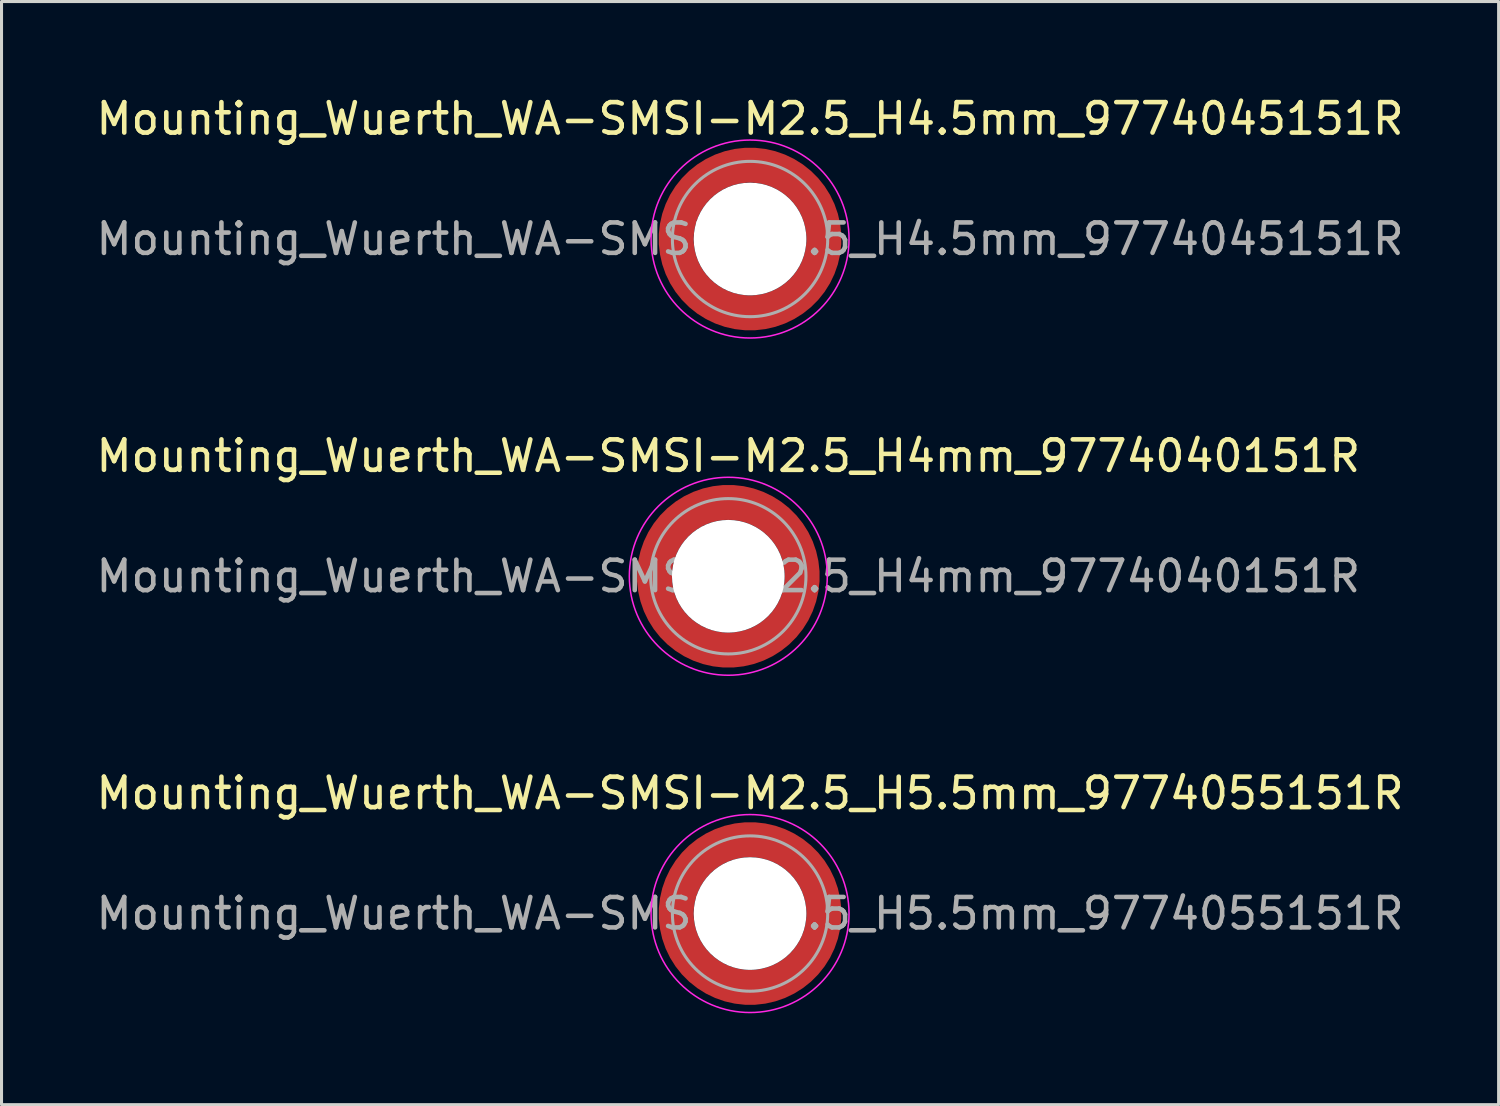
<source format=kicad_pcb>
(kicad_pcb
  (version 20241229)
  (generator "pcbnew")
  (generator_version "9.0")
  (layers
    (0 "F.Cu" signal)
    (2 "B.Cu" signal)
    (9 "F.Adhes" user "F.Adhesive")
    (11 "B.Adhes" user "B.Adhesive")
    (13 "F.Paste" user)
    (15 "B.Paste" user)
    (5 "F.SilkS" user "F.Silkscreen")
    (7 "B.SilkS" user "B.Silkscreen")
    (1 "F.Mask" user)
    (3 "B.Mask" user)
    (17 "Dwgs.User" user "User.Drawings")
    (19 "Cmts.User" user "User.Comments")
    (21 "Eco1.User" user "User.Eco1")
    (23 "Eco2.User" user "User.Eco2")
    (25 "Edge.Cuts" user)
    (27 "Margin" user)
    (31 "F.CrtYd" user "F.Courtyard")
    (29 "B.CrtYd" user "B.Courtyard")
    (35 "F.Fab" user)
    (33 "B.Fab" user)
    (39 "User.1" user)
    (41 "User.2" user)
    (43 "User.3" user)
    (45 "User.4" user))
  (footprint "Mounting_Wuerth_WA-SMSI-M2.5_H4mm_9774040151R"
    (layer "F.Cu")
    (at 20.863 15.871)
    (property "Reference" "Mounting_Wuerth_WA-SMSI-M2.5_H4mm_9774040151R" (at 0 -3.95 0) (layer "F.SilkS") (effects (font (size 1 1) (thickness 0.15))))
    (attr smd allow_soldermask_bridges)
    (fp_circle (center 0 0) (end 3.25 0) (stroke (width 0.05) (type solid)) (fill no) (layer "F.CrtYd"))
    (fp_circle (center 0 0) (end 2.55 0) (stroke (width 0.1) (type solid)) (fill no) (layer "F.Fab"))
    (fp_text user "${REFERENCE}" (at 0 0 0) (layer "F.Fab") (effects (font (size 1 1) (thickness 0.15))))
    (pad "" smd custom (at -1.704 -1.704) (size 0.51 0.51) (layers "F.Paste") (options (anchor circle)) (primitives (gr_arc (start -0.250195 1.279127) (mid 0.289914 0.289914) (end 1.279127 -0.250195) (width 0.2)) (gr_arc (start -0.34334 1.279127) (mid 0.225488 0.225488) (end 1.279127 -0.34334) (width 0.2)) (gr_arc (start -0.436309 1.279127) (mid 0.161063 0.161063) (end 1.279127 -0.436309) (width 0.2)) (gr_arc (start -0.529126 1.279127) (mid 0.096638 0.096638) (end 1.279127 -0.529126) (width 0.2)) (gr_arc (start -0.621807 1.279127) (mid 0.032213 0.032213) (end 1.279127 -0.621807) (width 0.2)) (gr_arc (start -0.71437 1.279127) (mid -0.032213 -0.032213) (end 1.279127 -0.71437) (width 0.2)) (gr_arc (start -0.806826 1.279127) (mid -0.096638 -0.096638) (end 1.279127 -0.806826) (width 0.2)) (gr_arc (start -0.899187 1.279127) (mid -0.161063 -0.161063) (end 1.279127 -0.899187) (width 0.2)) (gr_arc (start -0.991463 1.279127) (mid -0.225488 -0.225488) (end 1.279127 -0.991463) (width 0.2)) (gr_arc (start -1.083663 1.279127) (mid -0.289914 -0.289914) (end 1.279127 -1.083663) (width 0.2)) (gr_line (start 1.279 -0.25) (end 1.279 -1.084) (width 0.2)) (gr_line (start -0.25 1.279) (end -1.084 1.279) (width 0.2))))
    (pad "" smd custom (at -1.704 1.704) (size 0.51 0.51) (layers "F.Paste") (options (anchor circle)) (primitives (gr_arc (start 1.279127 0.250195) (mid 0.289914 -0.289914) (end -0.250195 -1.279127) (width 0.2)) (gr_arc (start 1.279127 0.34334) (mid 0.225488 -0.225488) (end -0.34334 -1.279127) (width 0.2)) (gr_arc (start 1.279127 0.436309) (mid 0.161063 -0.161063) (end -0.436309 -1.279127) (width 0.2)) (gr_arc (start 1.279127 0.529126) (mid 0.096638 -0.096638) (end -0.529126 -1.279127) (width 0.2)) (gr_arc (start 1.279127 0.621807) (mid 0.032213 -0.032213) (end -0.621807 -1.279127) (width 0.2)) (gr_arc (start 1.279127 0.71437) (mid -0.032213 0.032213) (end -0.71437 -1.279127) (width 0.2)) (gr_arc (start 1.279127 0.806826) (mid -0.096638 0.096638) (end -0.806826 -1.279127) (width 0.2)) (gr_arc (start 1.279127 0.899187) (mid -0.161063 0.161063) (end -0.899187 -1.279127) (width 0.2)) (gr_arc (start 1.279127 0.991463) (mid -0.225488 0.225488) (end -0.991463 -1.279127) (width 0.2)) (gr_arc (start 1.279127 1.083663) (mid -0.289914 0.289914) (end -1.083663 -1.279127) (width 0.2)) (gr_line (start -0.25 -1.279) (end -1.084 -1.279) (width 0.2)) (gr_line (start 1.279 0.25) (end 1.279 1.084) (width 0.2))))
    (pad "" np_thru_hole circle (at 0 0) (size 3.7 3.7) (drill 3.7) (layers "*.Cu" "*.Mask"))
    (pad "" smd custom (at 1.704 -1.704) (size 0.51 0.51) (layers "F.Paste") (options (anchor circle)) (primitives (gr_arc (start -1.279127 -0.250195) (mid -0.289914 0.289914) (end 0.250195 1.279127) (width 0.2)) (gr_arc (start -1.279127 -0.34334) (mid -0.225488 0.225488) (end 0.34334 1.279127) (width 0.2)) (gr_arc (start -1.279127 -0.436309) (mid -0.161063 0.161063) (end 0.436309 1.279127) (width 0.2)) (gr_arc (start -1.279127 -0.529126) (mid -0.096638 0.096638) (end 0.529126 1.279127) (width 0.2)) (gr_arc (start -1.279127 -0.621807) (mid -0.032213 0.032213) (end 0.621807 1.279127) (width 0.2)) (gr_arc (start -1.279127 -0.71437) (mid 0.032213 -0.032213) (end 0.71437 1.279127) (width 0.2)) (gr_arc (start -1.279127 -0.806826) (mid 0.096638 -0.096638) (end 0.806826 1.279127) (width 0.2)) (gr_arc (start -1.279127 -0.899187) (mid 0.161063 -0.161063) (end 0.899187 1.279127) (width 0.2)) (gr_arc (start -1.279127 -0.991463) (mid 0.225488 -0.225488) (end 0.991463 1.279127) (width 0.2)) (gr_arc (start -1.279127 -1.083663) (mid 0.289914 -0.289914) (end 1.083663 1.279127) (width 0.2)) (gr_line (start 0.25 1.279) (end 1.084 1.279) (width 0.2)) (gr_line (start -1.279 -0.25) (end -1.279 -1.084) (width 0.2))))
    (pad "" smd custom (at 1.704 1.704) (size 0.51 0.51) (layers "F.Paste") (options (anchor circle)) (primitives (gr_arc (start 0.250195 -1.279127) (mid -0.289914 -0.289914) (end -1.279127 0.250195) (width 0.2)) (gr_arc (start 0.34334 -1.279127) (mid -0.225488 -0.225488) (end -1.279127 0.34334) (width 0.2)) (gr_arc (start 0.436309 -1.279127) (mid -0.161063 -0.161063) (end -1.279127 0.436309) (width 0.2)) (gr_arc (start 0.529126 -1.279127) (mid -0.096638 -0.096638) (end -1.279127 0.529126) (width 0.2)) (gr_arc (start 0.621807 -1.279127) (mid -0.032213 -0.032213) (end -1.279127 0.621807) (width 0.2)) (gr_arc (start 0.71437 -1.279127) (mid 0.032213 0.032213) (end -1.279127 0.71437) (width 0.2)) (gr_arc (start 0.806826 -1.279127) (mid 0.096638 0.096638) (end -1.279127 0.806826) (width 0.2)) (gr_arc (start 0.899187 -1.279127) (mid 0.161063 0.161063) (end -1.279127 0.899187) (width 0.2)) (gr_arc (start 0.991463 -1.279127) (mid 0.225488 0.225488) (end -1.279127 0.991463) (width 0.2)) (gr_arc (start 1.083663 -1.279127) (mid 0.289914 0.289914) (end -1.279127 1.083663) (width 0.2)) (gr_line (start -1.279 0.25) (end -1.279 1.084) (width 0.2)) (gr_line (start 0.25 -1.279) (end 1.084 -1.279) (width 0.2))))
    (pad "1" smd circle (at -2.425 0) (size 0.642 0.642) (layers "F.Cu"))
    (pad "1" smd circle (at 0 -2.425) (size 0.642 0.642) (layers "F.Cu"))
    (pad "1" smd circle (at 0 2.425) (size 0.642 0.642) (layers "F.Cu"))
    (pad "1" smd custom (at 2.425 0) (size 1.15 1.15) (layers "F.Cu" "F.Mask") (options (anchor circle)) (primitives (gr_circle (center -2.425 0) (end 0 0) (width 1.15) (fill no)))))
  (footprint "Mounting_Wuerth_WA-SMSI-M2.5_H5.5mm_9774055151R"
    (layer "F.Cu")
    (at 21.577 26.945)
    (property "Reference" "Mounting_Wuerth_WA-SMSI-M2.5_H5.5mm_9774055151R" (at 0 -3.95 0) (layer "F.SilkS") (effects (font (size 1 1) (thickness 0.15))))
    (attr smd allow_soldermask_bridges)
    (fp_circle (center 0 0) (end 3.25 0) (stroke (width 0.05) (type solid)) (fill no) (layer "F.CrtYd"))
    (fp_circle (center 0 0) (end 2.55 0) (stroke (width 0.1) (type solid)) (fill no) (layer "F.Fab"))
    (fp_text user "${REFERENCE}" (at 0 0 0) (layer "F.Fab") (effects (font (size 1 1) (thickness 0.15))))
    (pad "" smd custom (at -1.704 -1.704) (size 0.51 0.51) (layers "F.Paste") (options (anchor circle)) (primitives (gr_arc (start -0.250195 1.279127) (mid 0.289914 0.289914) (end 1.279127 -0.250195) (width 0.2)) (gr_arc (start -0.34334 1.279127) (mid 0.225488 0.225488) (end 1.279127 -0.34334) (width 0.2)) (gr_arc (start -0.436309 1.279127) (mid 0.161063 0.161063) (end 1.279127 -0.436309) (width 0.2)) (gr_arc (start -0.529126 1.279127) (mid 0.096638 0.096638) (end 1.279127 -0.529126) (width 0.2)) (gr_arc (start -0.621807 1.279127) (mid 0.032213 0.032213) (end 1.279127 -0.621807) (width 0.2)) (gr_arc (start -0.71437 1.279127) (mid -0.032213 -0.032213) (end 1.279127 -0.71437) (width 0.2)) (gr_arc (start -0.806826 1.279127) (mid -0.096638 -0.096638) (end 1.279127 -0.806826) (width 0.2)) (gr_arc (start -0.899187 1.279127) (mid -0.161063 -0.161063) (end 1.279127 -0.899187) (width 0.2)) (gr_arc (start -0.991463 1.279127) (mid -0.225488 -0.225488) (end 1.279127 -0.991463) (width 0.2)) (gr_arc (start -1.083663 1.279127) (mid -0.289914 -0.289914) (end 1.279127 -1.083663) (width 0.2)) (gr_line (start 1.279 -0.25) (end 1.279 -1.084) (width 0.2)) (gr_line (start -0.25 1.279) (end -1.084 1.279) (width 0.2))))
    (pad "" smd custom (at -1.704 1.704) (size 0.51 0.51) (layers "F.Paste") (options (anchor circle)) (primitives (gr_arc (start 1.279127 0.250195) (mid 0.289914 -0.289914) (end -0.250195 -1.279127) (width 0.2)) (gr_arc (start 1.279127 0.34334) (mid 0.225488 -0.225488) (end -0.34334 -1.279127) (width 0.2)) (gr_arc (start 1.279127 0.436309) (mid 0.161063 -0.161063) (end -0.436309 -1.279127) (width 0.2)) (gr_arc (start 1.279127 0.529126) (mid 0.096638 -0.096638) (end -0.529126 -1.279127) (width 0.2)) (gr_arc (start 1.279127 0.621807) (mid 0.032213 -0.032213) (end -0.621807 -1.279127) (width 0.2)) (gr_arc (start 1.279127 0.71437) (mid -0.032213 0.032213) (end -0.71437 -1.279127) (width 0.2)) (gr_arc (start 1.279127 0.806826) (mid -0.096638 0.096638) (end -0.806826 -1.279127) (width 0.2)) (gr_arc (start 1.279127 0.899187) (mid -0.161063 0.161063) (end -0.899187 -1.279127) (width 0.2)) (gr_arc (start 1.279127 0.991463) (mid -0.225488 0.225488) (end -0.991463 -1.279127) (width 0.2)) (gr_arc (start 1.279127 1.083663) (mid -0.289914 0.289914) (end -1.083663 -1.279127) (width 0.2)) (gr_line (start -0.25 -1.279) (end -1.084 -1.279) (width 0.2)) (gr_line (start 1.279 0.25) (end 1.279 1.084) (width 0.2))))
    (pad "" np_thru_hole circle (at 0 0) (size 3.7 3.7) (drill 3.7) (layers "*.Cu" "*.Mask"))
    (pad "" smd custom (at 1.704 -1.704) (size 0.51 0.51) (layers "F.Paste") (options (anchor circle)) (primitives (gr_arc (start -1.279127 -0.250195) (mid -0.289914 0.289914) (end 0.250195 1.279127) (width 0.2)) (gr_arc (start -1.279127 -0.34334) (mid -0.225488 0.225488) (end 0.34334 1.279127) (width 0.2)) (gr_arc (start -1.279127 -0.436309) (mid -0.161063 0.161063) (end 0.436309 1.279127) (width 0.2)) (gr_arc (start -1.279127 -0.529126) (mid -0.096638 0.096638) (end 0.529126 1.279127) (width 0.2)) (gr_arc (start -1.279127 -0.621807) (mid -0.032213 0.032213) (end 0.621807 1.279127) (width 0.2)) (gr_arc (start -1.279127 -0.71437) (mid 0.032213 -0.032213) (end 0.71437 1.279127) (width 0.2)) (gr_arc (start -1.279127 -0.806826) (mid 0.096638 -0.096638) (end 0.806826 1.279127) (width 0.2)) (gr_arc (start -1.279127 -0.899187) (mid 0.161063 -0.161063) (end 0.899187 1.279127) (width 0.2)) (gr_arc (start -1.279127 -0.991463) (mid 0.225488 -0.225488) (end 0.991463 1.279127) (width 0.2)) (gr_arc (start -1.279127 -1.083663) (mid 0.289914 -0.289914) (end 1.083663 1.279127) (width 0.2)) (gr_line (start 0.25 1.279) (end 1.084 1.279) (width 0.2)) (gr_line (start -1.279 -0.25) (end -1.279 -1.084) (width 0.2))))
    (pad "" smd custom (at 1.704 1.704) (size 0.51 0.51) (layers "F.Paste") (options (anchor circle)) (primitives (gr_arc (start 0.250195 -1.279127) (mid -0.289914 -0.289914) (end -1.279127 0.250195) (width 0.2)) (gr_arc (start 0.34334 -1.279127) (mid -0.225488 -0.225488) (end -1.279127 0.34334) (width 0.2)) (gr_arc (start 0.436309 -1.279127) (mid -0.161063 -0.161063) (end -1.279127 0.436309) (width 0.2)) (gr_arc (start 0.529126 -1.279127) (mid -0.096638 -0.096638) (end -1.279127 0.529126) (width 0.2)) (gr_arc (start 0.621807 -1.279127) (mid -0.032213 -0.032213) (end -1.279127 0.621807) (width 0.2)) (gr_arc (start 0.71437 -1.279127) (mid 0.032213 0.032213) (end -1.279127 0.71437) (width 0.2)) (gr_arc (start 0.806826 -1.279127) (mid 0.096638 0.096638) (end -1.279127 0.806826) (width 0.2)) (gr_arc (start 0.899187 -1.279127) (mid 0.161063 0.161063) (end -1.279127 0.899187) (width 0.2)) (gr_arc (start 0.991463 -1.279127) (mid 0.225488 0.225488) (end -1.279127 0.991463) (width 0.2)) (gr_arc (start 1.083663 -1.279127) (mid 0.289914 0.289914) (end -1.279127 1.083663) (width 0.2)) (gr_line (start -1.279 0.25) (end -1.279 1.084) (width 0.2)) (gr_line (start 0.25 -1.279) (end 1.084 -1.279) (width 0.2))))
    (pad "1" smd circle (at -2.425 0) (size 0.642 0.642) (layers "F.Cu"))
    (pad "1" smd circle (at 0 -2.425) (size 0.642 0.642) (layers "F.Cu"))
    (pad "1" smd circle (at 0 2.425) (size 0.642 0.642) (layers "F.Cu"))
    (pad "1" smd custom (at 2.425 0) (size 1.15 1.15) (layers "F.Cu" "F.Mask") (options (anchor circle)) (primitives (gr_circle (center -2.425 0) (end 0 0) (width 1.15) (fill no)))))
  (footprint "Mounting_Wuerth_WA-SMSI-M2.5_H4.5mm_9774045151R"
    (layer "F.Cu")
    (at 21.577 4.798)
    (property "Reference" "Mounting_Wuerth_WA-SMSI-M2.5_H4.5mm_9774045151R" (at 0 -3.95 0) (layer "F.SilkS") (effects (font (size 1 1) (thickness 0.15))))
    (attr smd allow_soldermask_bridges)
    (fp_circle (center 0 0) (end 3.25 0) (stroke (width 0.05) (type solid)) (fill no) (layer "F.CrtYd"))
    (fp_circle (center 0 0) (end 2.55 0) (stroke (width 0.1) (type solid)) (fill no) (layer "F.Fab"))
    (fp_text user "${REFERENCE}" (at 0 0 0) (layer "F.Fab") (effects (font (size 1 1) (thickness 0.15))))
    (pad "" smd custom (at -1.704 -1.704) (size 0.51 0.51) (layers "F.Paste") (options (anchor circle)) (primitives (gr_arc (start -0.250195 1.279127) (mid 0.289914 0.289914) (end 1.279127 -0.250195) (width 0.2)) (gr_arc (start -0.34334 1.279127) (mid 0.225488 0.225488) (end 1.279127 -0.34334) (width 0.2)) (gr_arc (start -0.436309 1.279127) (mid 0.161063 0.161063) (end 1.279127 -0.436309) (width 0.2)) (gr_arc (start -0.529126 1.279127) (mid 0.096638 0.096638) (end 1.279127 -0.529126) (width 0.2)) (gr_arc (start -0.621807 1.279127) (mid 0.032213 0.032213) (end 1.279127 -0.621807) (width 0.2)) (gr_arc (start -0.71437 1.279127) (mid -0.032213 -0.032213) (end 1.279127 -0.71437) (width 0.2)) (gr_arc (start -0.806826 1.279127) (mid -0.096638 -0.096638) (end 1.279127 -0.806826) (width 0.2)) (gr_arc (start -0.899187 1.279127) (mid -0.161063 -0.161063) (end 1.279127 -0.899187) (width 0.2)) (gr_arc (start -0.991463 1.279127) (mid -0.225488 -0.225488) (end 1.279127 -0.991463) (width 0.2)) (gr_arc (start -1.083663 1.279127) (mid -0.289914 -0.289914) (end 1.279127 -1.083663) (width 0.2)) (gr_line (start 1.279 -0.25) (end 1.279 -1.084) (width 0.2)) (gr_line (start -0.25 1.279) (end -1.084 1.279) (width 0.2))))
    (pad "" smd custom (at -1.704 1.704) (size 0.51 0.51) (layers "F.Paste") (options (anchor circle)) (primitives (gr_arc (start 1.279127 0.250195) (mid 0.289914 -0.289914) (end -0.250195 -1.279127) (width 0.2)) (gr_arc (start 1.279127 0.34334) (mid 0.225488 -0.225488) (end -0.34334 -1.279127) (width 0.2)) (gr_arc (start 1.279127 0.436309) (mid 0.161063 -0.161063) (end -0.436309 -1.279127) (width 0.2)) (gr_arc (start 1.279127 0.529126) (mid 0.096638 -0.096638) (end -0.529126 -1.279127) (width 0.2)) (gr_arc (start 1.279127 0.621807) (mid 0.032213 -0.032213) (end -0.621807 -1.279127) (width 0.2)) (gr_arc (start 1.279127 0.71437) (mid -0.032213 0.032213) (end -0.71437 -1.279127) (width 0.2)) (gr_arc (start 1.279127 0.806826) (mid -0.096638 0.096638) (end -0.806826 -1.279127) (width 0.2)) (gr_arc (start 1.279127 0.899187) (mid -0.161063 0.161063) (end -0.899187 -1.279127) (width 0.2)) (gr_arc (start 1.279127 0.991463) (mid -0.225488 0.225488) (end -0.991463 -1.279127) (width 0.2)) (gr_arc (start 1.279127 1.083663) (mid -0.289914 0.289914) (end -1.083663 -1.279127) (width 0.2)) (gr_line (start -0.25 -1.279) (end -1.084 -1.279) (width 0.2)) (gr_line (start 1.279 0.25) (end 1.279 1.084) (width 0.2))))
    (pad "" np_thru_hole circle (at 0 0) (size 3.7 3.7) (drill 3.7) (layers "*.Cu" "*.Mask"))
    (pad "" smd custom (at 1.704 -1.704) (size 0.51 0.51) (layers "F.Paste") (options (anchor circle)) (primitives (gr_arc (start -1.279127 -0.250195) (mid -0.289914 0.289914) (end 0.250195 1.279127) (width 0.2)) (gr_arc (start -1.279127 -0.34334) (mid -0.225488 0.225488) (end 0.34334 1.279127) (width 0.2)) (gr_arc (start -1.279127 -0.436309) (mid -0.161063 0.161063) (end 0.436309 1.279127) (width 0.2)) (gr_arc (start -1.279127 -0.529126) (mid -0.096638 0.096638) (end 0.529126 1.279127) (width 0.2)) (gr_arc (start -1.279127 -0.621807) (mid -0.032213 0.032213) (end 0.621807 1.279127) (width 0.2)) (gr_arc (start -1.279127 -0.71437) (mid 0.032213 -0.032213) (end 0.71437 1.279127) (width 0.2)) (gr_arc (start -1.279127 -0.806826) (mid 0.096638 -0.096638) (end 0.806826 1.279127) (width 0.2)) (gr_arc (start -1.279127 -0.899187) (mid 0.161063 -0.161063) (end 0.899187 1.279127) (width 0.2)) (gr_arc (start -1.279127 -0.991463) (mid 0.225488 -0.225488) (end 0.991463 1.279127) (width 0.2)) (gr_arc (start -1.279127 -1.083663) (mid 0.289914 -0.289914) (end 1.083663 1.279127) (width 0.2)) (gr_line (start 0.25 1.279) (end 1.084 1.279) (width 0.2)) (gr_line (start -1.279 -0.25) (end -1.279 -1.084) (width 0.2))))
    (pad "" smd custom (at 1.704 1.704) (size 0.51 0.51) (layers "F.Paste") (options (anchor circle)) (primitives (gr_arc (start 0.250195 -1.279127) (mid -0.289914 -0.289914) (end -1.279127 0.250195) (width 0.2)) (gr_arc (start 0.34334 -1.279127) (mid -0.225488 -0.225488) (end -1.279127 0.34334) (width 0.2)) (gr_arc (start 0.436309 -1.279127) (mid -0.161063 -0.161063) (end -1.279127 0.436309) (width 0.2)) (gr_arc (start 0.529126 -1.279127) (mid -0.096638 -0.096638) (end -1.279127 0.529126) (width 0.2)) (gr_arc (start 0.621807 -1.279127) (mid -0.032213 -0.032213) (end -1.279127 0.621807) (width 0.2)) (gr_arc (start 0.71437 -1.279127) (mid 0.032213 0.032213) (end -1.279127 0.71437) (width 0.2)) (gr_arc (start 0.806826 -1.279127) (mid 0.096638 0.096638) (end -1.279127 0.806826) (width 0.2)) (gr_arc (start 0.899187 -1.279127) (mid 0.161063 0.161063) (end -1.279127 0.899187) (width 0.2)) (gr_arc (start 0.991463 -1.279127) (mid 0.225488 0.225488) (end -1.279127 0.991463) (width 0.2)) (gr_arc (start 1.083663 -1.279127) (mid 0.289914 0.289914) (end -1.279127 1.083663) (width 0.2)) (gr_line (start -1.279 0.25) (end -1.279 1.084) (width 0.2)) (gr_line (start 0.25 -1.279) (end 1.084 -1.279) (width 0.2))))
    (pad "1" smd circle (at -2.425 0) (size 0.642 0.642) (layers "F.Cu"))
    (pad "1" smd circle (at 0 -2.425) (size 0.642 0.642) (layers "F.Cu"))
    (pad "1" smd circle (at 0 2.425) (size 0.642 0.642) (layers "F.Cu"))
    (pad "1" smd custom (at 2.425 0) (size 1.15 1.15) (layers "F.Cu" "F.Mask") (options (anchor circle)) (primitives (gr_circle (center -2.425 0) (end 0 0) (width 1.15) (fill no)))))
  (gr_rect
    (start -3 -3)
    (end 46.155 33.22)
    (stroke (width 0.1) (type default))
    (fill no)
    (layer "Edge.Cuts")))
</source>
